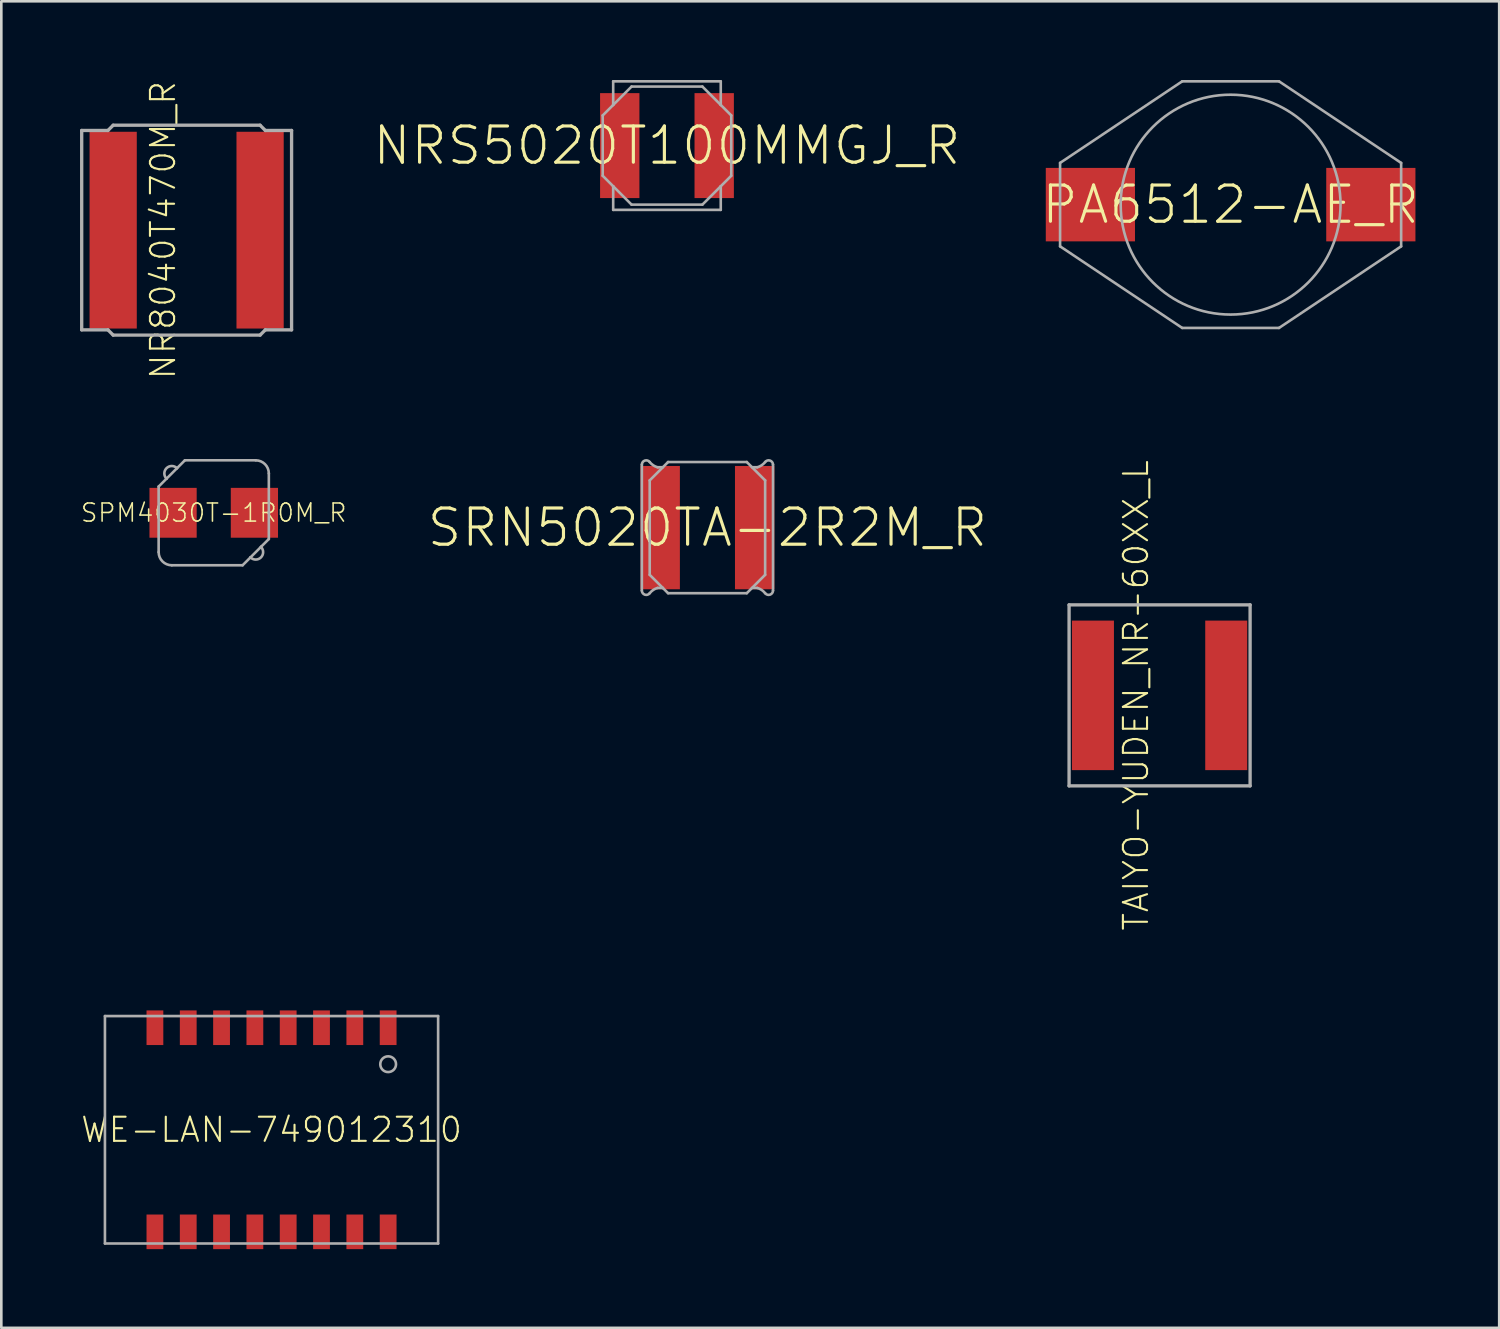
<source format=kicad_pcb>
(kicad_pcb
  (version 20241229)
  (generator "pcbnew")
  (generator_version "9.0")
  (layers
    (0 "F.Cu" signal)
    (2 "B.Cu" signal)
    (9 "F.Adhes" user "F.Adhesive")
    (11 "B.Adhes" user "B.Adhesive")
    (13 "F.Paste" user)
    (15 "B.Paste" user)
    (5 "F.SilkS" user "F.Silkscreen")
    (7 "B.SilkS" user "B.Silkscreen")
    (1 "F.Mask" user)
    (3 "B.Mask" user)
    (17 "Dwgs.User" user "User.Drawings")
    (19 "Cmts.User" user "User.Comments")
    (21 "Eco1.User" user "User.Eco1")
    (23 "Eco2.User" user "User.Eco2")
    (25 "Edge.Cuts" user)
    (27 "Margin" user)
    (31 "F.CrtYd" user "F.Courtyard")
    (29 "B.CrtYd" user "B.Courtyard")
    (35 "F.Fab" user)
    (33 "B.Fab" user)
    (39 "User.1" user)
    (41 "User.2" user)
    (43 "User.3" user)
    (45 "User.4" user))
  (footprint "NRS5020T100MMGJ_R"
    (layer "F.Cu")
    (at 22.373 2.5)
    (property "Reference" "NRS5020T100MMGJ_R" (at 0 0 0) (unlocked yes) (layer "F.SilkS") (effects (font (size 1.38 1.38) (thickness 0.12))))
    (fp_poly (pts (xy -1.05 2) (xy -2.55 2) (xy -2.55 -2) (xy -1.05 -2)) (stroke (width 0) (type default)) (fill yes) (layer "F.Paste"))
    (fp_poly (pts (xy 2.55 2) (xy 1.05 2) (xy 1.05 -2) (xy 2.55 -2)) (stroke (width 0) (type default)) (fill yes) (layer "F.Paste"))
    (fp_line (start -2.45 -1.15) (end -2.05 -1.55) (stroke (width 0.1) (type solid)) (layer "F.Fab"))
    (fp_line (start -2.45 1.15) (end -2.45 -1.15) (stroke (width 0.1) (type solid)) (layer "F.Fab"))
    (fp_line (start -2.45 1.15) (end -2.05 1.55) (stroke (width 0.1) (type solid)) (layer "F.Fab"))
    (fp_line (start -2.05 -2.45) (end -2.05 -1.55) (stroke (width 0.1) (type solid)) (layer "F.Fab"))
    (fp_line (start -2.05 -1.55) (end -1.35 -2.25) (stroke (width 0.1) (type solid)) (layer "F.Fab"))
    (fp_line (start -2.05 1.55) (end -1.35 2.25) (stroke (width 0.1) (type solid)) (layer "F.Fab"))
    (fp_line (start -2.05 2.45) (end -2.05 1.55) (stroke (width 0.1) (type solid)) (layer "F.Fab"))
    (fp_line (start -2.05 2.45) (end 2.05 2.45) (stroke (width 0.1) (type solid)) (layer "F.Fab"))
    (fp_line (start -1.35 -2.25) (end 1.35 -2.25) (stroke (width 0.1) (type solid)) (layer "F.Fab"))
    (fp_line (start 1.35 2.25) (end -1.35 2.25) (stroke (width 0.1) (type solid)) (layer "F.Fab"))
    (fp_line (start 2.05 -2.45) (end -2.05 -2.45) (stroke (width 0.1) (type solid)) (layer "F.Fab"))
    (fp_line (start 2.05 -2.45) (end 2.05 -1.55) (stroke (width 0.1) (type solid)) (layer "F.Fab"))
    (fp_line (start 2.05 -1.55) (end 1.35 -2.25) (stroke (width 0.1) (type solid)) (layer "F.Fab"))
    (fp_line (start 2.05 1.55) (end 1.35 2.25) (stroke (width 0.1) (type solid)) (layer "F.Fab"))
    (fp_line (start 2.05 2.45) (end 2.05 1.55) (stroke (width 0.1) (type solid)) (layer "F.Fab"))
    (fp_line (start 2.45 -1.15) (end 2.05 -1.55) (stroke (width 0.1) (type solid)) (layer "F.Fab"))
    (fp_line (start 2.45 -1.15) (end 2.45 1.15) (stroke (width 0.1) (type solid)) (layer "F.Fab"))
    (fp_line (start 2.45 1.15) (end 2.05 1.55) (stroke (width 0.1) (type solid)) (layer "F.Fab"))
    (pad "1" smd rect (at -1.8 0) (size 1.5 4) (layers "F.Cu" "F.Mask"))
    (pad "2" smd rect (at 1.8 0) (size 1.5 4) (layers "F.Cu" "F.Mask")))
  (footprint "SRN5020TA-2R2M_R"
    (layer "F.Cu")
    (at 23.915 17.061)
    (property "Reference" "SRN5020TA-2R2M_R" (at 0 0 0) (unlocked yes) (layer "F.SilkS") (effects (font (size 1.38 1.38) (thickness 0.12))))
    (fp_line (start -2.5 2.4) (end -2.5 -2.4) (stroke (width 0.1) (type solid)) (layer "F.Fab"))
    (fp_line (start -2.2 -1.8) (end -1.5 -2.5) (stroke (width 0.1) (type solid)) (layer "F.Fab"))
    (fp_line (start -2.2 1.8) (end -2.2 -1.8) (stroke (width 0.1) (type solid)) (layer "F.Fab"))
    (fp_line (start -1.7 -2.3) (end -1.9 -2.3) (stroke (width 0.1) (type solid)) (layer "F.Fab"))
    (fp_line (start -1.7 2.3) (end -2.2 1.8) (stroke (width 0.1) (type solid)) (layer "F.Fab"))
    (fp_line (start -1.7 2.3) (end -1.9 2.3) (stroke (width 0.1) (type solid)) (layer "F.Fab"))
    (fp_line (start -1.5 2.5) (end -1.7 2.3) (stroke (width 0.1) (type solid)) (layer "F.Fab"))
    (fp_line (start -1.5 2.5) (end 1.5 2.5) (stroke (width 0.1) (type solid)) (layer "F.Fab"))
    (fp_line (start 1.5 -2.5) (end -1.5 -2.5) (stroke (width 0.1) (type solid)) (layer "F.Fab"))
    (fp_line (start 1.5 -2.5) (end 2.2 -1.8) (stroke (width 0.1) (type solid)) (layer "F.Fab"))
    (fp_line (start 1.7 -2.3) (end 1.9 -2.3) (stroke (width 0.1) (type solid)) (layer "F.Fab"))
    (fp_line (start 1.7 2.3) (end 1.9 2.3) (stroke (width 0.1) (type solid)) (layer "F.Fab"))
    (fp_line (start 2.2 -1.8) (end 2.2 1.8) (stroke (width 0.1) (type solid)) (layer "F.Fab"))
    (fp_line (start 2.2 1.8) (end 1.5 2.5) (stroke (width 0.1) (type solid)) (layer "F.Fab"))
    (fp_line (start 2.5 -2.4) (end 2.5 2.4) (stroke (width 0.1) (type solid)) (layer "F.Fab"))
    (fp_arc (start -2.5 -2.399999) (mid -2.385376 -2.556127) (end -2.2 -2.5) (stroke (width 0.1) (type solid)) (layer "F.Fab"))
    (fp_arc (start -2.2 2.5) (mid -2.385376 2.556127) (end -2.5 2.399999) (stroke (width 0.1) (type solid)) (layer "F.Fab"))
    (fp_arc (start -2.199999 2.5) (mid -2.066227 2.375659) (end -1.9 2.3) (stroke (width 0.1) (type solid)) (layer "F.Fab"))
    (fp_arc (start -1.9 -2.3) (mid -2.066227 -2.375658) (end -2.199999 -2.5) (stroke (width 0.1) (type solid)) (layer "F.Fab"))
    (fp_arc (start 1.9 2.3) (mid 2.066227 2.375658) (end 2.199999 2.5) (stroke (width 0.1) (type solid)) (layer "F.Fab"))
    (fp_arc (start 2.199999 -2.5) (mid 2.066227 -2.375659) (end 1.9 -2.3) (stroke (width 0.1) (type solid)) (layer "F.Fab"))
    (fp_arc (start 2.2 -2.5) (mid 2.385376 -2.556127) (end 2.5 -2.399999) (stroke (width 0.1) (type solid)) (layer "F.Fab"))
    (fp_arc (start 2.5 2.399999) (mid 2.385376 2.556127) (end 2.2 2.5) (stroke (width 0.1) (type solid)) (layer "F.Fab"))
    (pad "1" smd rect (at -1.8 0) (size 1.5 4.7) (layers "F.Cu" "F.Mask" "F.Paste"))
    (pad "2" smd rect (at 1.8 0) (size 1.5 4.7) (layers "F.Cu" "F.Mask" "F.Paste")))
  (footprint "WE-LAN-749012310"
    (layer "F.Cu")
    (at 7.3 40.014)
    (property "Reference" "WE-LAN-749012310" (at 0 0 0) (unlocked yes) (layer "F.SilkS") (effects (font (size 0.92 0.92) (thickness 0.08))))
    (fp_line (start -6.35 4.335) (end -6.35 -4.335) (stroke (width 0.1) (type solid)) (layer "F.Fab"))
    (fp_line (start -6.35 4.335) (end 6.35 4.335) (stroke (width 0.1) (type solid)) (layer "F.Fab"))
    (fp_line (start 6.35 -4.335) (end -6.35 -4.335) (stroke (width 0.1) (type solid)) (layer "F.Fab"))
    (fp_line (start 6.35 -4.335) (end 6.35 4.335) (stroke (width 0.1) (type solid)) (layer "F.Fab"))
    (fp_circle (center 4.445 -2.5) (end 4.745 -2.5) (stroke (width 0.1) (type solid)) (fill no) (layer "F.Fab"))
    (pad "1" smd rect (at 4.445 -3.89 270) (size 1.32 0.64) (layers "F.Cu" "F.Mask" "F.Paste"))
    (pad "2" smd rect (at 3.175 -3.89 270) (size 1.32 0.64) (layers "F.Cu" "F.Mask" "F.Paste"))
    (pad "3" smd rect (at 1.905 -3.89 270) (size 1.32 0.64) (layers "F.Cu" "F.Mask" "F.Paste"))
    (pad "4" smd rect (at 0.635 -3.89 270) (size 1.32 0.64) (layers "F.Cu" "F.Mask" "F.Paste"))
    (pad "5" smd rect (at -0.635 -3.89 270) (size 1.32 0.64) (layers "F.Cu" "F.Mask" "F.Paste"))
    (pad "6" smd rect (at -1.905 -3.89 270) (size 1.32 0.64) (layers "F.Cu" "F.Mask" "F.Paste"))
    (pad "7" smd rect (at -3.175 -3.89 270) (size 1.32 0.64) (layers "F.Cu" "F.Mask" "F.Paste"))
    (pad "8" smd rect (at -4.445 -3.89 270) (size 1.32 0.64) (layers "F.Cu" "F.Mask" "F.Paste"))
    (pad "9" smd rect (at -4.445 3.89 270) (size 1.32 0.64) (layers "F.Cu" "F.Mask" "F.Paste"))
    (pad "10" smd rect (at -3.175 3.89 270) (size 1.32 0.64) (layers "F.Cu" "F.Mask" "F.Paste"))
    (pad "11" smd rect (at -1.905 3.89 270) (size 1.32 0.64) (layers "F.Cu" "F.Mask" "F.Paste"))
    (pad "12" smd rect (at -0.635 3.89 270) (size 1.32 0.64) (layers "F.Cu" "F.Mask" "F.Paste"))
    (pad "13" smd rect (at 0.635 3.89 270) (size 1.32 0.64) (layers "F.Cu" "F.Mask" "F.Paste"))
    (pad "14" smd rect (at 1.905 3.89 270) (size 1.32 0.64) (layers "F.Cu" "F.Mask" "F.Paste"))
    (pad "15" smd rect (at 3.175 3.89 270) (size 1.32 0.64) (layers "F.Cu" "F.Mask" "F.Paste"))
    (pad "16" smd rect (at 4.445 3.89 270) (size 1.32 0.64) (layers "F.Cu" "F.Mask" "F.Paste")))
  (footprint "TAIYO-YUDEN_NR-60XX_L"
    (layer "F.Cu")
    (at 41.15 23.455)
    (property "Reference" "TAIYO-YUDEN_NR-60XX_L" (at -0.9 0 90) (unlocked yes) (layer "F.SilkS") (effects (font (size 0.92 0.92) (thickness 0.08))))
    (fp_poly (pts (xy -1.74 2.85) (xy -3.34 2.85) (xy -3.34 -2.85) (xy -1.74 -2.85)) (stroke (width 0) (type default)) (fill yes) (layer "F.Paste"))
    (fp_poly (pts (xy 3.34 2.85) (xy 1.74 2.85) (xy 1.74 -2.85) (xy 3.34 -2.85)) (stroke (width 0) (type default)) (fill yes) (layer "F.Paste"))
    (fp_line (start -3.45 -3.45) (end -3.45 3.45) (stroke (width 0.127) (type solid)) (layer "F.Fab"))
    (fp_line (start -3.45 3.45) (end 3.45 3.45) (stroke (width 0.127) (type solid)) (layer "F.Fab"))
    (fp_line (start 3.45 -3.45) (end -3.45 -3.45) (stroke (width 0.127) (type solid)) (layer "F.Fab"))
    (fp_line (start 3.45 3.45) (end 3.45 -3.45) (stroke (width 0.127) (type solid)) (layer "F.Fab"))
    (pad "1" smd rect (at -2.54 0) (size 1.6 5.7) (layers "F.Cu" "F.Mask"))
    (pad "2" smd rect (at 2.54 0) (size 1.6 5.7) (layers "F.Cu" "F.Mask")))
  (footprint "PA6512-AE_R"
    (layer "F.Cu")
    (at 43.857 4.75)
    (property "Reference" "PA6512-AE_R" (at 0 0 0) (unlocked yes) (layer "F.SilkS") (effects (font (size 1.38 1.38) (thickness 0.12))))
    (fp_line (start -6.5 -1.59) (end -6.5 1.59) (stroke (width 0.1) (type solid)) (layer "F.Fab"))
    (fp_line (start -6.5 1.59) (end -1.845 4.7) (stroke (width 0.1) (type solid)) (layer "F.Fab"))
    (fp_line (start -1.845 -4.7) (end -6.5 -1.59) (stroke (width 0.1) (type solid)) (layer "F.Fab"))
    (fp_line (start -1.845 -4.7) (end 1.845 -4.7) (stroke (width 0.1) (type solid)) (layer "F.Fab"))
    (fp_line (start -1.845 4.7) (end 1.845 4.7) (stroke (width 0.1) (type solid)) (layer "F.Fab"))
    (fp_line (start 1.845 4.7) (end 6.5 1.59) (stroke (width 0.1) (type solid)) (layer "F.Fab"))
    (fp_line (start 6.5 -1.59) (end 1.845 -4.7) (stroke (width 0.1) (type solid)) (layer "F.Fab"))
    (fp_line (start 6.5 -1.59) (end 6.5 1.59) (stroke (width 0.1) (type solid)) (layer "F.Fab"))
    (fp_circle (center 0 0) (end 4.19 0) (stroke (width 0.1) (type solid)) (fill no) (layer "F.Fab"))
    (pad "1" smd rect (at -5.345 0) (size 3.4 2.8) (layers "F.Cu" "F.Mask" "F.Paste"))
    (pad "2" smd rect (at 5.345 0) (size 3.4 2.8) (layers "F.Cu" "F.Mask" "F.Paste")))
  (footprint "NR8040T470M_R"
    (layer "F.Cu")
    (at 4.064 5.723)
    (property "Reference" "NR8040T470M_R" (at -0.9 0 90) (unlocked yes) (layer "F.SilkS") (effects (font (size 0.92 0.92) (thickness 0.08))))
    (fp_line (start -4 -3.8) (end -4 3.8) (stroke (width 0.127) (type solid)) (layer "F.Fab"))
    (fp_line (start -4 3.8) (end -3 3.8) (stroke (width 0.127) (type solid)) (layer "F.Fab"))
    (fp_line (start -3 -3.8) (end -4 -3.8) (stroke (width 0.127) (type solid)) (layer "F.Fab"))
    (fp_line (start -3 3.8) (end -2.8 4) (stroke (width 0.127) (type solid)) (layer "F.Fab"))
    (fp_line (start -2.8 -4) (end -3 -3.8) (stroke (width 0.127) (type solid)) (layer "F.Fab"))
    (fp_line (start -2.8 4) (end 2.8 4) (stroke (width 0.127) (type solid)) (layer "F.Fab"))
    (fp_line (start 2.8 -4) (end -2.8 -4) (stroke (width 0.127) (type solid)) (layer "F.Fab"))
    (fp_line (start 2.8 4) (end 3 3.8) (stroke (width 0.127) (type solid)) (layer "F.Fab"))
    (fp_line (start 3 -3.8) (end 2.8 -4) (stroke (width 0.127) (type solid)) (layer "F.Fab"))
    (fp_line (start 3 3.8) (end 4 3.8) (stroke (width 0.127) (type solid)) (layer "F.Fab"))
    (fp_line (start 4 -3.8) (end 3 -3.8) (stroke (width 0.127) (type solid)) (layer "F.Fab"))
    (fp_line (start 4 3.8) (end 4 -3.8) (stroke (width 0.127) (type solid)) (layer "F.Fab"))
    (pad "1" smd rect (at -2.8 0) (size 1.8 7.5) (layers "F.Cu" "F.Mask" "F.Paste"))
    (pad "2" smd rect (at 2.8 0) (size 1.8 7.5) (layers "F.Cu" "F.Mask" "F.Paste")))
  (footprint "SPM4030T-1R0M_R"
    (layer "F.Cu")
    (at 5.097 16.496)
    (property "Reference" "SPM4030T-1R0M_R" (at 0 0 0) (unlocked yes) (layer "F.SilkS") (effects (font (size 0.69 0.69) (thickness 0.06))))
    (fp_poly (pts (xy -0.65 0.95) (xy -2.45 0.95) (xy -2.45 -0.95) (xy -0.65 -0.95)) (stroke (width 0) (type default)) (fill yes) (layer "F.Paste"))
    (fp_poly (pts (xy 2.45 0.95) (xy 0.65 0.95) (xy 0.65 -0.95) (xy 2.45 -0.95)) (stroke (width 0) (type default)) (fill yes) (layer "F.Paste"))
    (fp_line (start -2.1 -1) (end -2.1 1.5) (stroke (width 0.1) (type solid)) (layer "F.Fab"))
    (fp_line (start -1.8 -1.3) (end -2.1 -1) (stroke (width 0.1) (type solid)) (layer "F.Fab"))
    (fp_line (start -1.4 -1.7) (end -1.8 -1.3) (stroke (width 0.1) (type solid)) (layer "F.Fab"))
    (fp_line (start -1.1 -2) (end -1.4 -1.7) (stroke (width 0.1) (type solid)) (layer "F.Fab"))
    (fp_line (start 1.1 2) (end -1.6 2) (stroke (width 0.1) (type solid)) (layer "F.Fab"))
    (fp_line (start 1.4 1.7) (end 1.1 2) (stroke (width 0.1) (type solid)) (layer "F.Fab"))
    (fp_line (start 1.6 -2) (end -1.1 -2) (stroke (width 0.1) (type solid)) (layer "F.Fab"))
    (fp_line (start 1.8 1.3) (end 1.4 1.7) (stroke (width 0.1) (type solid)) (layer "F.Fab"))
    (fp_line (start 2.1 -1.5) (end 2.1 1) (stroke (width 0.1) (type solid)) (layer "F.Fab"))
    (fp_line (start 2.1 1) (end 1.8 1.3) (stroke (width 0.1) (type solid)) (layer "F.Fab"))
    (fp_arc (start -1.8 -1.3) (mid -1.8 -1.7) (end -1.4 -1.7) (stroke (width 0.1) (type solid)) (layer "F.Fab"))
    (fp_arc (start -1.6 2) (mid -1.953553 1.853553) (end -2.1 1.5) (stroke (width 0.1) (type solid)) (layer "F.Fab"))
    (fp_arc (start 1.6 -2) (mid 1.953553 -1.853553) (end 2.1 -1.5) (stroke (width 0.1) (type solid)) (layer "F.Fab"))
    (fp_arc (start 1.8 1.3) (mid 1.8 1.7) (end 1.4 1.7) (stroke (width 0.1) (type solid)) (layer "F.Fab"))
    (pad "1" smd rect (at -1.55 0) (size 1.8 1.9) (layers "F.Cu" "F.Mask"))
    (pad "2" smd rect (at 1.55 0) (size 1.8 1.9) (layers "F.Cu" "F.Mask")))
  (gr_rect
    (start -3 -3)
    (end 54.095 47.564)
    (stroke (width 0.1) (type default))
    (fill no)
    (layer "Edge.Cuts")))
</source>
